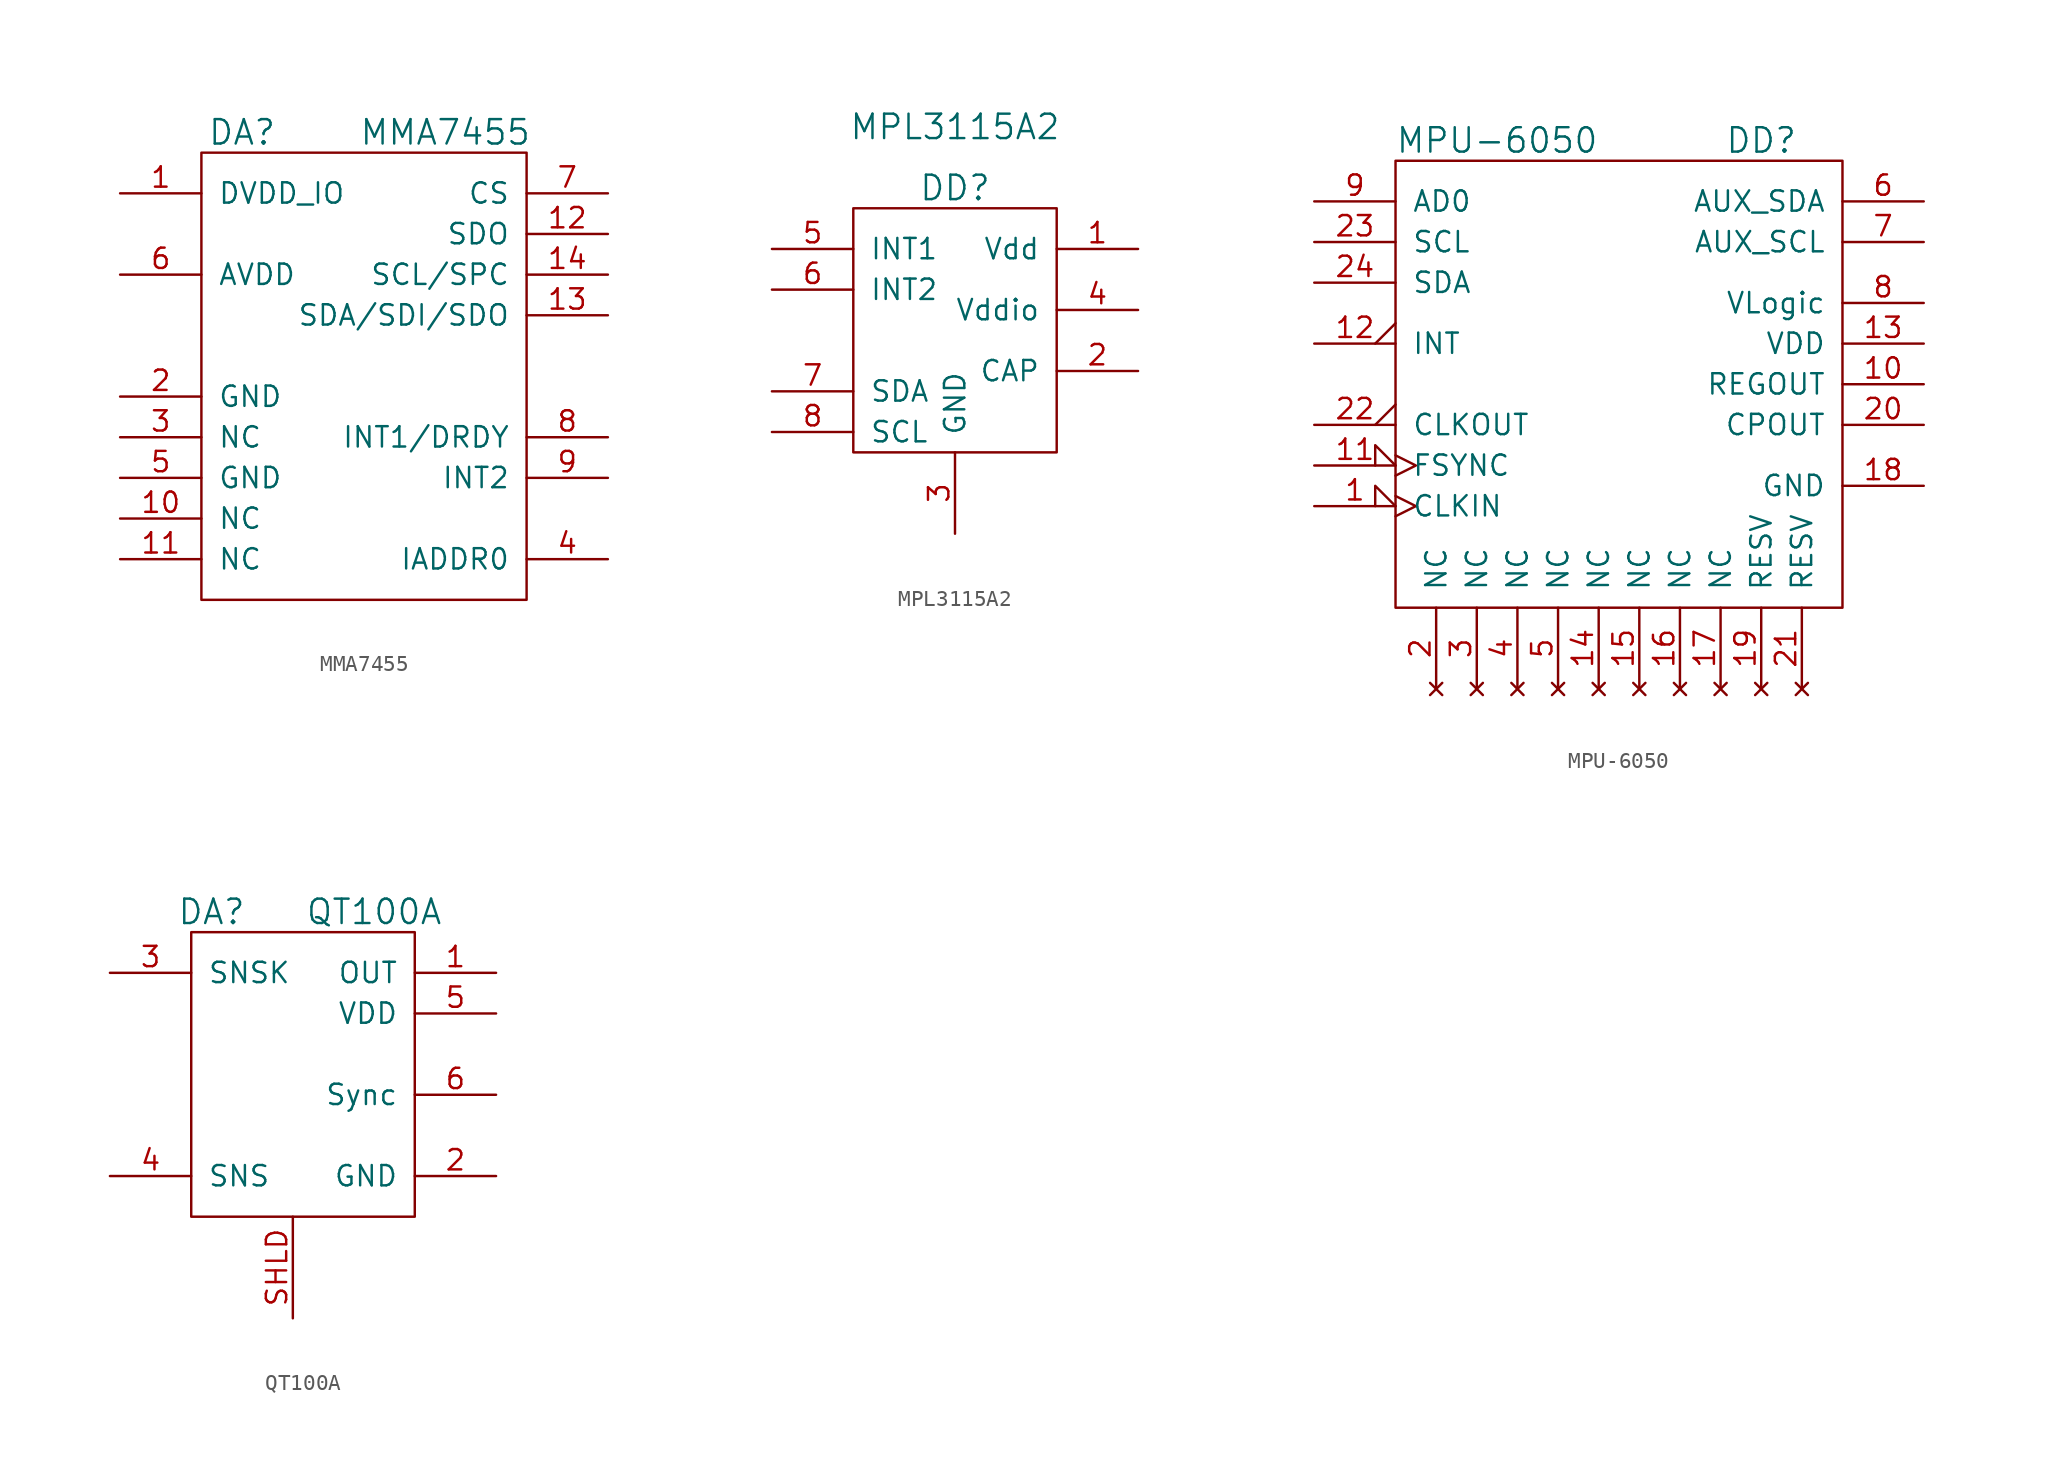
<source format=kicad_sym>
(kicad_symbol_lib
  (version 20231120)
  (generator "kicad_symbol_editor")
  (generator_version "8.0")
  (symbol "MMA7455"
    (pin_names
      (offset 1.016))
    (property "Reference" "DA"
      (at -7.62 13.97 0)
      (effects (font (size 1.524 1.524))))
    (property "Value" "MMA7455"
      (at 5.08 13.97 0)
      (effects (font (size 1.524 1.524))))
    (property "Footprint" ""
      (at 0 0 0)
      (effects (font (size 1.524 1.524))))
    (property "Datasheet" ""
      (at 0 0 0)
      (effects (font (size 1.524 1.524))))
    (symbol "MMA7455_0_1"
      (rectangle (start -10.16 12.7) (end 10.16 -15.24) (stroke (width 0) (type default)) (fill (type none))))
    (symbol "MMA7455_1_1"
      (pin power_in line (at -15.24 10.16 0) (length 5.08) (name "DVDD_IO" (effects (font (size 1.27 1.27)))) (number "1" (effects (font (size 1.27 1.27)))))
      (pin passive line (at -15.24 -10.16 0) (length 5.08) (name "NC" (effects (font (size 1.27 1.27)))) (number "10" (effects (font (size 1.27 1.27)))))
      (pin passive line (at -15.24 -12.7 0) (length 5.08) (name "NC" (effects (font (size 1.27 1.27)))) (number "11" (effects (font (size 1.27 1.27)))))
      (pin passive line (at 15.24 7.62 180) (length 5.08) (name "SDO" (effects (font (size 1.27 1.27)))) (number "12" (effects (font (size 1.27 1.27)))))
      (pin passive line (at 15.24 2.54 180) (length 5.08) (name "SDA/SDI/SDO" (effects (font (size 1.27 1.27)))) (number "13" (effects (font (size 1.27 1.27)))))
      (pin passive line (at 15.24 5.08 180) (length 5.08) (name "SCL/SPC" (effects (font (size 1.27 1.27)))) (number "14" (effects (font (size 1.27 1.27)))))
      (pin power_in line (at -15.24 -2.54 0) (length 5.08) (name "GND" (effects (font (size 1.27 1.27)))) (number "2" (effects (font (size 1.27 1.27)))))
      (pin passive line (at -15.24 -5.08 0) (length 5.08) (name "NC" (effects (font (size 1.27 1.27)))) (number "3" (effects (font (size 1.27 1.27)))))
      (pin passive line (at 15.24 -12.7 180) (length 5.08) (name "IADDR0" (effects (font (size 1.27 1.27)))) (number "4" (effects (font (size 1.27 1.27)))))
      (pin power_in line (at -15.24 -7.62 0) (length 5.08) (name "GND" (effects (font (size 1.27 1.27)))) (number "5" (effects (font (size 1.27 1.27)))))
      (pin power_in line (at -15.24 5.08 0) (length 5.08) (name "AVDD" (effects (font (size 1.27 1.27)))) (number "6" (effects (font (size 1.27 1.27)))))
      (pin passive line (at 15.24 10.16 180) (length 5.08) (name "CS" (effects (font (size 1.27 1.27)))) (number "7" (effects (font (size 1.27 1.27)))))
      (pin passive line (at 15.24 -5.08 180) (length 5.08) (name "INT1/DRDY" (effects (font (size 1.27 1.27)))) (number "8" (effects (font (size 1.27 1.27)))))
      (pin passive line (at 15.24 -7.62 180) (length 5.08) (name "INT2" (effects (font (size 1.27 1.27)))) (number "9" (effects (font (size 1.27 1.27)))))))
  (symbol "MPL3115A2"
    (pin_names
      (offset 1.016))
    (property "Reference" "DD"
      (at 0 8.89 0)
      (effects (font (size 1.524 1.524))))
    (property "Value" "MPL3115A2"
      (at 0 12.7 0)
      (effects (font (size 1.524 1.524))))
    (property "Footprint" ""
      (at 0 0 0)
      (effects (font (size 1.524 1.524))))
    (property "Datasheet" ""
      (at 0 0 0)
      (effects (font (size 1.524 1.524))))
    (symbol "MPL3115A2_0_1"
      (rectangle (start 6.35 7.62) (end -6.35 -7.62) (stroke (width 0) (type default)) (fill (type none))))
    (symbol "MPL3115A2_1_1"
      (pin power_in line (at 11.43 5.08 180) (length 5.08) (name "Vdd" (effects (font (size 1.27 1.27)))) (number "1" (effects (font (size 1.27 1.27)))))
      (pin passive line (at 11.43 -2.54 180) (length 5.08) (name "CAP" (effects (font (size 1.27 1.27)))) (number "2" (effects (font (size 1.27 1.27)))))
      (pin power_in line (at 0 -12.7 90) (length 5.08) (name "GND" (effects (font (size 1.27 1.27)))) (number "3" (effects (font (size 1.27 1.27)))))
      (pin passive line (at 11.43 1.27 180) (length 5.08) (name "Vddio" (effects (font (size 1.27 1.27)))) (number "4" (effects (font (size 1.27 1.27)))))
      (pin passive line (at -11.43 5.08 0) (length 5.08) (name "INT1" (effects (font (size 1.27 1.27)))) (number "5" (effects (font (size 1.27 1.27)))))
      (pin passive line (at -11.43 2.54 0) (length 5.08) (name "INT2" (effects (font (size 1.27 1.27)))) (number "6" (effects (font (size 1.27 1.27)))))
      (pin passive line (at -11.43 -3.81 0) (length 5.08) (name "SDA" (effects (font (size 1.27 1.27)))) (number "7" (effects (font (size 1.27 1.27)))))
      (pin passive line (at -11.43 -6.35 0) (length 5.08) (name "SCL" (effects (font (size 1.27 1.27)))) (number "8" (effects (font (size 1.27 1.27)))))))
  (symbol "MPU-6050"
    (pin_names
      (offset 1.016))
    (property "Reference" "DD"
      (at 8.89 12.7 0)
      (effects (font (size 1.524 1.524))))
    (property "Value" "MPU-6050"
      (at -7.62 12.7 0)
      (effects (font (size 1.524 1.524))))
    (symbol "MPU-6050_0_1"
      (rectangle (start -13.97 11.43) (end 13.97 -16.51) (stroke (width 0) (type default)) (fill (type none))))
    (symbol "MPU-6050_1_1"
      (pin passive clock_low (at -19.05 -10.16 0) (length 5.08) (name "CLKIN" (effects (font (size 1.27 1.27)))) (number "1" (effects (font (size 1.27 1.27)))))
      (pin passive line (at 19.05 -2.54 180) (length 5.08) (name "REGOUT" (effects (font (size 1.27 1.27)))) (number "10" (effects (font (size 1.27 1.27)))))
      (pin passive clock_low (at -19.05 -7.62 0) (length 5.08) (name "FSYNC" (effects (font (size 1.27 1.27)))) (number "11" (effects (font (size 1.27 1.27)))))
      (pin passive output_low (at -19.05 0 0) (length 5.08) (name "INT" (effects (font (size 1.27 1.27)))) (number "12" (effects (font (size 1.27 1.27)))))
      (pin power_in line (at 19.05 0 180) (length 5.08) (name "VDD" (effects (font (size 1.27 1.27)))) (number "13" (effects (font (size 1.27 1.27)))))
      (pin no_connect line (at -1.27 -21.59 90) (length 5.08) (name "NC" (effects (font (size 1.27 1.27)))) (number "14" (effects (font (size 1.27 1.27)))))
      (pin no_connect line (at 1.27 -21.59 90) (length 5.08) (name "NC" (effects (font (size 1.27 1.27)))) (number "15" (effects (font (size 1.27 1.27)))))
      (pin no_connect line (at 3.81 -21.59 90) (length 5.08) (name "NC" (effects (font (size 1.27 1.27)))) (number "16" (effects (font (size 1.27 1.27)))))
      (pin no_connect line (at 6.35 -21.59 90) (length 5.08) (name "NC" (effects (font (size 1.27 1.27)))) (number "17" (effects (font (size 1.27 1.27)))))
      (pin power_in line (at 19.05 -8.89 180) (length 5.08) (name "GND" (effects (font (size 1.27 1.27)))) (number "18" (effects (font (size 1.27 1.27)))))
      (pin no_connect line (at 8.89 -21.59 90) (length 5.08) (name "RESV" (effects (font (size 1.27 1.27)))) (number "19" (effects (font (size 1.27 1.27)))))
      (pin no_connect line (at -11.43 -21.59 90) (length 5.08) (name "NC" (effects (font (size 1.27 1.27)))) (number "2" (effects (font (size 1.27 1.27)))))
      (pin passive line (at 19.05 -5.08 180) (length 5.08) (name "CPOUT" (effects (font (size 1.27 1.27)))) (number "20" (effects (font (size 1.27 1.27)))))
      (pin no_connect line (at 11.43 -21.59 90) (length 5.08) (name "RESV" (effects (font (size 1.27 1.27)))) (number "21" (effects (font (size 1.27 1.27)))))
      (pin passive output_low (at -19.05 -5.08 0) (length 5.08) (name "CLKOUT" (effects (font (size 1.27 1.27)))) (number "22" (effects (font (size 1.27 1.27)))))
      (pin passive line (at -19.05 6.35 0) (length 5.08) (name "SCL" (effects (font (size 1.27 1.27)))) (number "23" (effects (font (size 1.27 1.27)))))
      (pin passive line (at -19.05 3.81 0) (length 5.08) (name "SDA" (effects (font (size 1.27 1.27)))) (number "24" (effects (font (size 1.27 1.27)))))
      (pin no_connect line (at -8.89 -21.59 90) (length 5.08) (name "NC" (effects (font (size 1.27 1.27)))) (number "3" (effects (font (size 1.27 1.27)))))
      (pin no_connect line (at -6.35 -21.59 90) (length 5.08) (name "NC" (effects (font (size 1.27 1.27)))) (number "4" (effects (font (size 1.27 1.27)))))
      (pin no_connect line (at -3.81 -21.59 90) (length 5.08) (name "NC" (effects (font (size 1.27 1.27)))) (number "5" (effects (font (size 1.27 1.27)))))
      (pin passive line (at 19.05 8.89 180) (length 5.08) (name "AUX_SDA" (effects (font (size 1.27 1.27)))) (number "6" (effects (font (size 1.27 1.27)))))
      (pin passive line (at 19.05 6.35 180) (length 5.08) (name "AUX_SCL" (effects (font (size 1.27 1.27)))) (number "7" (effects (font (size 1.27 1.27)))))
      (pin power_in line (at 19.05 2.54 180) (length 5.08) (name "VLogic" (effects (font (size 1.27 1.27)))) (number "8" (effects (font (size 1.27 1.27)))))
      (pin passive line (at -19.05 8.89 0) (length 5.08) (name "AD0" (effects (font (size 1.27 1.27)))) (number "9" (effects (font (size 1.27 1.27)))))))
  (symbol "QT100A"
    (pin_names
      (offset 1.016))
    (property "Reference" "DA"
      (at -5.08 11.43 0)
      (effects (font (size 1.524 1.524))))
    (property "Value" "QT100A"
      (at 5.08 11.43 0)
      (effects (font (size 1.524 1.524))))
    (property "Footprint" ""
      (at 0 0 0)
      (effects (font (size 1.524 1.524))))
    (property "Datasheet" ""
      (at 0 0 0)
      (effects (font (size 1.524 1.524))))
    (symbol "QT100A_0_1"
      (rectangle (start -6.35 10.16) (end 7.62 -7.62) (stroke (width 0) (type default)) (fill (type none))))
    (symbol "QT100A_1_1"
      (pin passive line (at 12.7 7.62 180) (length 5.08) (name "OUT" (effects (font (size 1.27 1.27)))) (number "1" (effects (font (size 1.27 1.27)))))
      (pin power_in line (at 12.7 -5.08 180) (length 5.08) (name "GND" (effects (font (size 1.27 1.27)))) (number "2" (effects (font (size 1.27 1.27)))))
      (pin passive line (at -11.43 7.62 0) (length 5.08) (name "SNSK" (effects (font (size 1.27 1.27)))) (number "3" (effects (font (size 1.27 1.27)))))
      (pin passive line (at -11.43 -5.08 0) (length 5.08) (name "SNS" (effects (font (size 1.27 1.27)))) (number "4" (effects (font (size 1.27 1.27)))))
      (pin power_in line (at 12.7 5.08 180) (length 5.08) (name "VDD" (effects (font (size 1.27 1.27)))) (number "5" (effects (font (size 1.27 1.27)))))
      (pin passive line (at 12.7 0 180) (length 5.08) (name "Sync" (effects (font (size 1.27 1.27)))) (number "6" (effects (font (size 1.27 1.27)))))
      (pin passive line (at 0 -13.97 90) (length 6.35) (name "~" (effects (font (size 1.27 1.27)))) (number "SHLD" (effects (font (size 1.27 1.27))))))))
</source>
